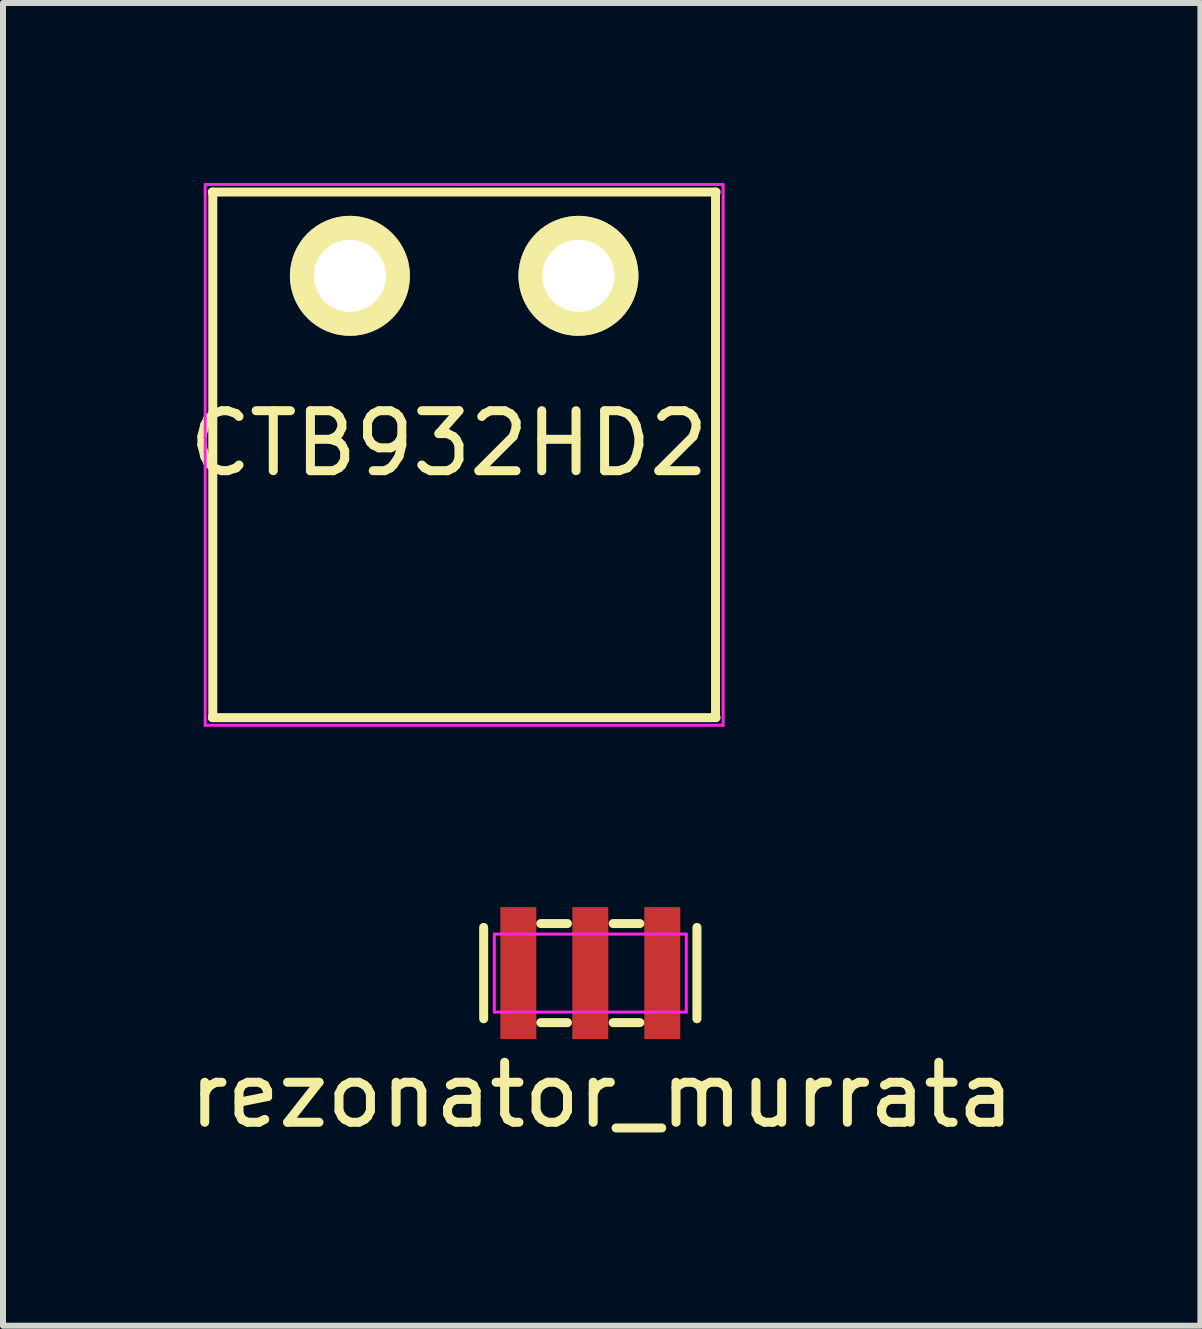
<source format=kicad_pcb>
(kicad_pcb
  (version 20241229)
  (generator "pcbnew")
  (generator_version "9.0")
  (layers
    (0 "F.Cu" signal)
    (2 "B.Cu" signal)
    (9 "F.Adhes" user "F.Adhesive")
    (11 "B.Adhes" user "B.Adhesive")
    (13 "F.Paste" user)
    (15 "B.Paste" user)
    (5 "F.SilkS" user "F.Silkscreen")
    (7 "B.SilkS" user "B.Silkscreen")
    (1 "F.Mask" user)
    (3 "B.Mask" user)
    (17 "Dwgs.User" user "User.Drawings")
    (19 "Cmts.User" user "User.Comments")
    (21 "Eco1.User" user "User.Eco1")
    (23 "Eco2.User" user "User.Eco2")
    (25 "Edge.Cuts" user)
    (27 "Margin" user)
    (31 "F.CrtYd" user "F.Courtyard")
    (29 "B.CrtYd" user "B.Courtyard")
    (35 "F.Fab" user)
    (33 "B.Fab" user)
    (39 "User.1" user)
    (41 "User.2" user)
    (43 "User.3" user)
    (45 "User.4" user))
  (footprint "rezonator_murrata"
    (layer "F.Cu")
    (at 6.792 13.174)
    (property "Reference" "rezonator_murrata" (at 0.191 2.032 0) (layer "F.SilkS") (effects (font (size 1 1) (thickness 0.15))))
    (attr through_hole)
    (fp_line (start -1.778 -0.762) (end -1.778 0.762) (stroke (width 0.15) (type solid)) (layer "F.SilkS"))
    (fp_line (start -0.826 -0.826) (end -0.381 -0.826) (stroke (width 0.15) (type solid)) (layer "F.SilkS"))
    (fp_line (start -0.826 0.826) (end -0.381 0.826) (stroke (width 0.15) (type solid)) (layer "F.SilkS"))
    (fp_line (start 0.381 -0.826) (end 0.826 -0.826) (stroke (width 0.15) (type solid)) (layer "F.SilkS"))
    (fp_line (start 0.826 0.826) (end 0.381 0.826) (stroke (width 0.15) (type solid)) (layer "F.SilkS"))
    (fp_line (start 1.778 -0.762) (end 1.778 0.762) (stroke (width 0.15) (type solid)) (layer "F.SilkS"))
    (fp_line (start -1.6 -0.65) (end -1.6 0.65) (stroke (width 0.05) (type solid)) (layer "F.CrtYd"))
    (fp_line (start -1.6 -0.65) (end 1.6 -0.65) (stroke (width 0.05) (type solid)) (layer "F.CrtYd"))
    (fp_line (start -1.6 0.65) (end 1.6 0.65) (stroke (width 0.05) (type solid)) (layer "F.CrtYd"))
    (fp_line (start 1.6 -0.65) (end 1.6 0.65) (stroke (width 0.05) (type solid)) (layer "F.CrtYd"))
    (pad "1" smd rect (at -1.2 0) (size 0.6 2.2) (layers "F.Cu" "F.Mask" "F.Paste"))
    (pad "2" smd rect (at 0 0) (size 0.6 2.2) (layers "F.Cu" "F.Mask" "F.Paste"))
    (pad "3" smd rect (at 1.2 0) (size 0.6 2.2) (layers "F.Cu" "F.Mask" "F.Paste")))
  (footprint "CTB932HD2"
    (layer "F.Cu")
    (at 4.689 1.549)
    (property "Reference" "CTB932HD2" (at -0.254 2.794 0) (layer "F.SilkS") (effects (font (size 1 1) (thickness 0.15))))
    (attr through_hole)
    (fp_line (start -4.2 -1.397) (end 4.2 -1.397) (stroke (width 0.15) (type solid)) (layer "F.SilkS"))
    (fp_line (start -4.191 7.366) (end -4.191 -1.397) (stroke (width 0.15) (type solid)) (layer "F.SilkS"))
    (fp_line (start 4.191 -1.397) (end 4.191 7.366) (stroke (width 0.15) (type solid)) (layer "F.SilkS"))
    (fp_line (start 4.2 7.366) (end -4.2 7.366) (stroke (width 0.15) (type solid)) (layer "F.SilkS"))
    (fp_line (start -4.318 -1.524) (end -4.318 7.5) (stroke (width 0.05) (type solid)) (layer "F.CrtYd"))
    (fp_line (start -4.3 7.493) (end 4.3 7.493) (stroke (width 0.05) (type solid)) (layer "F.CrtYd"))
    (fp_line (start 0 -1.524) (end -4.3 -1.524) (stroke (width 0.05) (type solid)) (layer "F.CrtYd"))
    (fp_line (start 0 -1.524) (end 4.3 -1.524) (stroke (width 0.05) (type solid)) (layer "F.CrtYd"))
    (fp_line (start 4.318 -1.524) (end 4.318 7.5) (stroke (width 0.05) (type solid)) (layer "F.CrtYd"))
    (pad "1" thru_hole circle (at 1.905 0) (size 2 2) (drill 1.2) (layers "*.Cu" "*.Mask" "F.SilkS"))
    (pad "2" thru_hole circle (at -1.905 0) (size 2 2) (drill 1.2) (layers "*.Cu" "*.Mask" "F.SilkS")))
  (gr_rect
    (start -3 -3)
    (end 16.964 19.054)
    (stroke (width 0.1) (type default))
    (fill no)
    (layer "Edge.Cuts")))
</source>
